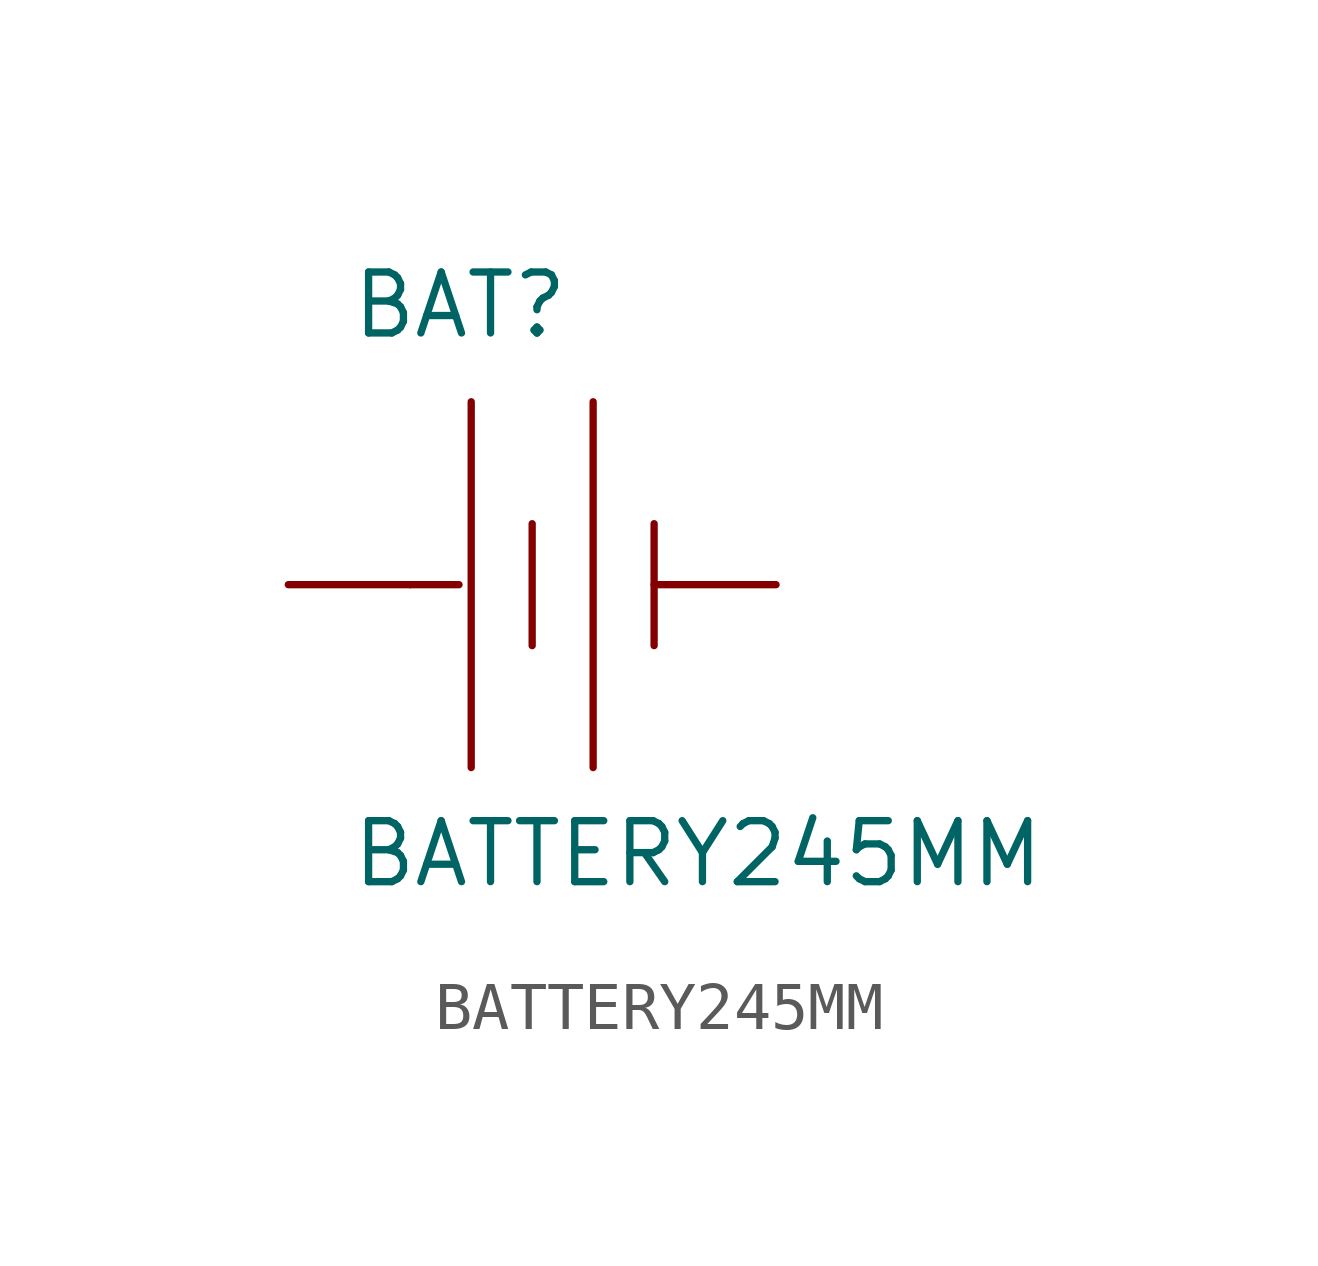
<source format=kicad_sym>
(kicad_symbol_lib
  (version 20211014)
  (generator kicad_symbol_editor)
  (symbol "BATTERY245MM"
    (pin_numbers hide)
    (pin_names
      (offset 1.016) hide)
    (property "Reference" "BAT"
      (at -3.81 5.08 0)
      (effects (font (size 1.27 1.27)) (justify left bottom)))
    (property "Value" "BATTERY245MM"
      (at -3.81 -6.35 0)
      (effects (font (size 1.27 1.27)) (justify left bottom)))
    (property "ki_locked" ""
      (at 0 0 0)
      (effects (font (size 1.27 1.27))))
    (symbol "BATTERY245MM_1_0"
      (polyline (pts (xy -2.54 0) (xy -1.524 0)) (stroke (width 0) (type default) (color 0 0 0 0)) (fill (type none)))
      (polyline (pts (xy -1.27 3.81) (xy -1.27 -3.81)) (stroke (width 0) (type default) (color 0 0 0 0)) (fill (type none)))
      (polyline (pts (xy 0 1.27) (xy 0 -1.27)) (stroke (width 0) (type default) (color 0 0 0 0)) (fill (type none)))
      (polyline (pts (xy 1.27 3.81) (xy 1.27 -3.81)) (stroke (width 0) (type default) (color 0 0 0 0)) (fill (type none)))
      (polyline (pts (xy 2.54 1.27) (xy 2.54 -1.27)) (stroke (width 0) (type default) (color 0 0 0 0)) (fill (type none))))
    (symbol "BATTERY245MM_1_1"
      (pin power_in line (at -5.08 0 0) (length 2.54) (name "+" (effects (font (size 1.016 1.016)))) (number "1" (effects (font (size 1.016 1.016)))))
      (pin power_in line (at 5.08 0 180) (length 2.54) (name "-" (effects (font (size 1.016 1.016)))) (number "2" (effects (font (size 1.016 1.016))))))))
</source>
